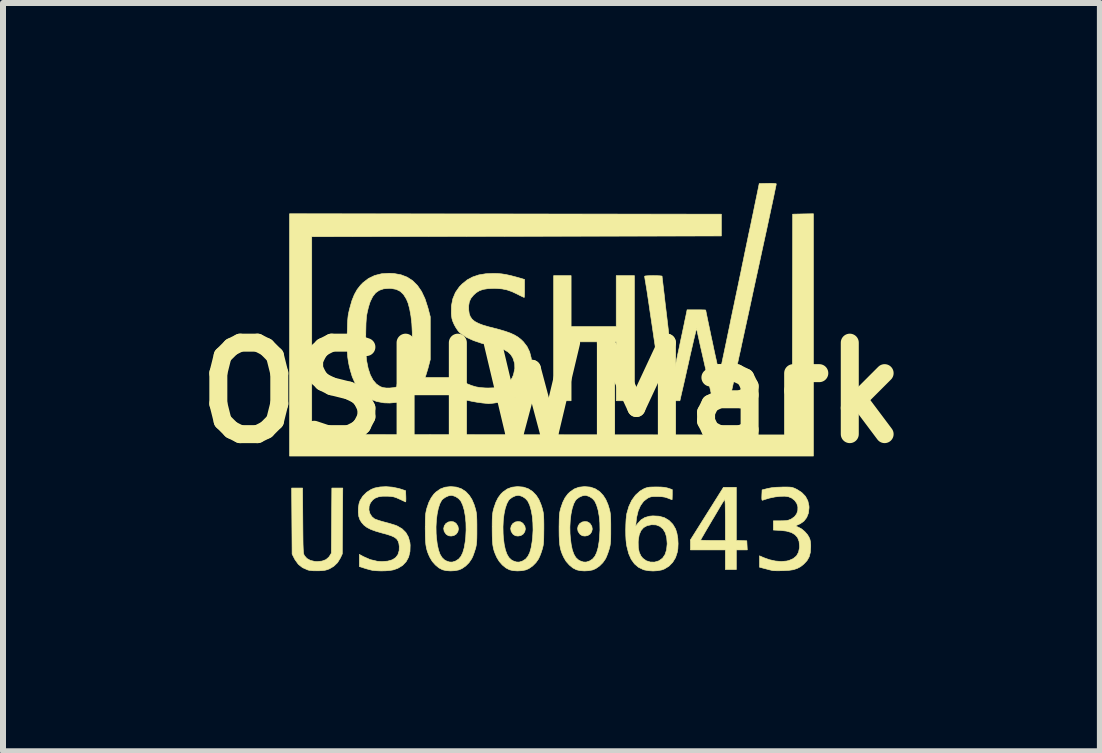
<source format=kicad_pcb>
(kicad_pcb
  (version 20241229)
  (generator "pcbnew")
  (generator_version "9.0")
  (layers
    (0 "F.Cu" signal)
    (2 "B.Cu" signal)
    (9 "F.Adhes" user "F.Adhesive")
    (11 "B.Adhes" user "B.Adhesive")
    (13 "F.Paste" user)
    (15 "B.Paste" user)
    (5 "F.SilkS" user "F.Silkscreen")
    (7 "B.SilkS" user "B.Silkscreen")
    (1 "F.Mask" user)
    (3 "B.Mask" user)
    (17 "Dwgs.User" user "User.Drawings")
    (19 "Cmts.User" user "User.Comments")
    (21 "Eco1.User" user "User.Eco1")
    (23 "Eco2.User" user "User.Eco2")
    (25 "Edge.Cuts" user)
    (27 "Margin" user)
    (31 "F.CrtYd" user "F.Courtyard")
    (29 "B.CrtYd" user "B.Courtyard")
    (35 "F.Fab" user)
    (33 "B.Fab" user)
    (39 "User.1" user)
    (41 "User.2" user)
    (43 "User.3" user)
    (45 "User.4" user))
  (footprint "OSHWMark"
    (layer "F.Cu")
    (at 6.14 3.495)
    (property "Reference" "OSHWMark" (at 0 0 0) (layer "F.SilkS") (effects (font (size 1.524 1.524) (thickness 0.3))))
    (attr through_hole)
    (fp_poly (pts (xy 0.327 -1.103) (xy 1.079 -1.103) (xy 1.079 -1.952) (xy 1.382 -1.952) (xy 1.382 0.133) (xy 1.079 0.133) (xy 1.079 -0.849) (xy 0.327 -0.849) (xy 0.327 0.133) (xy 0.036 0.133) (xy 0.036 -1.952) (xy 0.327 -1.952) (xy 0.327 -1.103)) (stroke (width 0.01) (type solid)) (fill yes) (layer "F.SilkS"))
    (fp_poly (pts (xy 4.365 1.055) (xy -4.365 1.055) (xy -4.365 -2.983) (xy 2.831 -2.976) (xy 2.831 -2.613) (xy -0.582 -2.607) (xy -3.995 -2.601) (xy -3.995 0.697) (xy 0.009 0.7) (xy 4.013 0.703) (xy 4.016 -1.137) (xy 4.019 -2.976) (xy 4.192 -2.98) (xy 4.365 -2.983) (xy 4.365 1.055)) (stroke (width 0.01) (type solid)) (fill yes) (layer "F.SilkS"))
    (fp_poly (pts (xy -1.632 2.151) (xy -1.599 2.17) (xy -1.587 2.181) (xy -1.559 2.225) (xy -1.55 2.271) (xy -1.56 2.316) (xy -1.586 2.354) (xy -1.627 2.38) (xy -1.673 2.388) (xy -1.714 2.383) (xy -1.747 2.364) (xy -1.759 2.353) (xy -1.788 2.31) (xy -1.796 2.263) (xy -1.786 2.218) (xy -1.76 2.18) (xy -1.72 2.154) (xy -1.673 2.146) (xy -1.632 2.151)) (stroke (width 0.01) (type solid)) (fill yes) (layer "F.SilkS"))
    (fp_poly (pts (xy -0.516 2.151) (xy -0.484 2.17) (xy -0.472 2.181) (xy -0.443 2.225) (xy -0.435 2.271) (xy -0.445 2.316) (xy -0.471 2.354) (xy -0.511 2.38) (xy -0.558 2.388) (xy -0.599 2.383) (xy -0.632 2.364) (xy -0.644 2.353) (xy -0.672 2.31) (xy -0.68 2.263) (xy -0.67 2.218) (xy -0.644 2.18) (xy -0.604 2.154) (xy -0.558 2.146) (xy -0.516 2.151)) (stroke (width 0.01) (type solid)) (fill yes) (layer "F.SilkS"))
    (fp_poly (pts (xy 0.599 2.151) (xy 0.632 2.17) (xy 0.644 2.181) (xy 0.672 2.225) (xy 0.68 2.271) (xy 0.67 2.316) (xy 0.644 2.354) (xy 0.604 2.38) (xy 0.558 2.388) (xy 0.516 2.383) (xy 0.484 2.364) (xy 0.472 2.353) (xy 0.443 2.31) (xy 0.435 2.263) (xy 0.445 2.218) (xy 0.471 2.18) (xy 0.511 2.154) (xy 0.558 2.146) (xy 0.599 2.151)) (stroke (width 0.01) (type solid)) (fill yes) (layer "F.SilkS"))
    (fp_poly (pts (xy 3.08 2.46) (xy 3.167 2.464) (xy 3.255 2.467) (xy 3.259 2.543) (xy 3.263 2.619) (xy 3.08 2.619) (xy 3.08 2.946) (xy 2.898 2.946) (xy 2.898 2.619) (xy 2.316 2.619) (xy 2.316 2.455) (xy 2.485 2.455) (xy 2.497 2.457) (xy 2.529 2.459) (xy 2.577 2.46) (xy 2.637 2.461) (xy 2.692 2.461) (xy 2.898 2.461) (xy 2.898 2.113) (xy 2.897 2.013) (xy 2.896 1.928) (xy 2.895 1.86) (xy 2.892 1.811) (xy 2.889 1.783) (xy 2.887 1.777) (xy 2.878 1.79) (xy 2.859 1.82) (xy 2.831 1.865) (xy 2.797 1.922) (xy 2.759 1.987) (xy 2.717 2.058) (xy 2.673 2.131) (xy 2.631 2.203) (xy 2.59 2.272) (xy 2.554 2.334) (xy 2.524 2.386) (xy 2.501 2.425) (xy 2.488 2.449) (xy 2.485 2.455) (xy 2.316 2.455) (xy 2.316 2.452) (xy 2.866 1.576) (xy 3.08 1.576) (xy 3.08 2.46)) (stroke (width 0.01) (type solid)) (fill yes) (layer "F.SilkS"))
    (fp_poly (pts (xy -4.144 2.131) (xy -4.143 2.26) (xy -4.142 2.367) (xy -4.141 2.455) (xy -4.14 2.525) (xy -4.138 2.579) (xy -4.136 2.621) (xy -4.134 2.652) (xy -4.131 2.675) (xy -4.127 2.692) (xy -4.122 2.704) (xy -4.116 2.715) (xy -4.116 2.716) (xy -4.075 2.762) (xy -4.017 2.794) (xy -3.944 2.811) (xy -3.904 2.813) (xy -3.823 2.805) (xy -3.759 2.781) (xy -3.711 2.74) (xy -3.697 2.72) (xy -3.668 2.673) (xy -3.664 2.131) (xy -3.66 1.588) (xy -3.478 1.588) (xy -3.482 2.137) (xy -3.486 2.685) (xy -3.517 2.752) (xy -3.565 2.831) (xy -3.629 2.892) (xy -3.698 2.933) (xy -3.736 2.948) (xy -3.774 2.958) (xy -3.819 2.964) (xy -3.881 2.967) (xy -3.886 2.967) (xy -3.972 2.966) (xy -4.038 2.959) (xy -4.063 2.952) (xy -4.149 2.914) (xy -4.218 2.859) (xy -4.271 2.786) (xy -4.28 2.771) (xy -4.322 2.688) (xy -4.33 1.588) (xy -4.148 1.588) (xy -4.144 2.131)) (stroke (width 0.01) (type solid)) (fill yes) (layer "F.SilkS"))
    (fp_poly (pts (xy -2.653 1.573) (xy -2.551 1.594) (xy -2.522 1.602) (xy -2.431 1.632) (xy -2.427 1.725) (xy -2.426 1.769) (xy -2.427 1.802) (xy -2.429 1.818) (xy -2.429 1.819) (xy -2.442 1.814) (xy -2.471 1.801) (xy -2.511 1.782) (xy -2.529 1.774) (xy -2.583 1.75) (xy -2.628 1.735) (xy -2.675 1.728) (xy -2.727 1.724) (xy -2.813 1.724) (xy -2.881 1.734) (xy -2.936 1.755) (xy -2.976 1.783) (xy -3.017 1.834) (xy -3.039 1.892) (xy -3.042 1.954) (xy -3.026 2.013) (xy -2.993 2.065) (xy -2.95 2.101) (xy -2.923 2.112) (xy -2.88 2.127) (xy -2.825 2.144) (xy -2.769 2.159) (xy -2.708 2.175) (xy -2.649 2.193) (xy -2.601 2.208) (xy -2.573 2.219) (xy -2.49 2.267) (xy -2.427 2.329) (xy -2.384 2.405) (xy -2.359 2.496) (xy -2.355 2.54) (xy -2.358 2.645) (xy -2.38 2.737) (xy -2.422 2.815) (xy -2.482 2.878) (xy -2.562 2.926) (xy -2.637 2.952) (xy -2.692 2.961) (xy -2.762 2.967) (xy -2.839 2.969) (xy -2.915 2.966) (xy -2.98 2.96) (xy -2.994 2.957) (xy -3.035 2.947) (xy -3.086 2.933) (xy -3.124 2.921) (xy -3.201 2.896) (xy -3.201 2.694) (xy -3.137 2.729) (xy -3.022 2.78) (xy -2.904 2.808) (xy -2.825 2.813) (xy -2.73 2.806) (xy -2.653 2.784) (xy -2.596 2.747) (xy -2.558 2.696) (xy -2.538 2.63) (xy -2.536 2.562) (xy -2.543 2.51) (xy -2.557 2.469) (xy -2.581 2.435) (xy -2.618 2.407) (xy -2.671 2.383) (xy -2.743 2.359) (xy -2.822 2.338) (xy -2.926 2.308) (xy -3.009 2.278) (xy -3.075 2.244) (xy -3.126 2.205) (xy -3.166 2.159) (xy -3.192 2.116) (xy -3.211 2.062) (xy -3.219 1.994) (xy -3.218 1.92) (xy -3.207 1.849) (xy -3.19 1.797) (xy -3.144 1.723) (xy -3.08 1.659) (xy -3.003 1.61) (xy -2.944 1.587) (xy -2.857 1.57) (xy -2.757 1.565) (xy -2.653 1.573)) (stroke (width 0.01) (type solid)) (fill yes) (layer "F.SilkS"))
    (fp_poly (pts (xy 3.961 1.572) (xy 3.996 1.575) (xy 4.024 1.582) (xy 4.051 1.592) (xy 4.084 1.608) (xy 4.089 1.61) (xy 4.17 1.662) (xy 4.232 1.726) (xy 4.272 1.801) (xy 4.291 1.887) (xy 4.292 1.919) (xy 4.282 2.005) (xy 4.253 2.079) (xy 4.207 2.139) (xy 4.145 2.183) (xy 4.128 2.19) (xy 4.097 2.204) (xy 4.077 2.216) (xy 4.074 2.219) (xy 4.084 2.227) (xy 4.109 2.239) (xy 4.118 2.242) (xy 4.169 2.27) (xy 4.22 2.313) (xy 4.266 2.365) (xy 4.293 2.41) (xy 4.308 2.447) (xy 4.316 2.487) (xy 4.32 2.538) (xy 4.32 2.57) (xy 4.314 2.66) (xy 4.294 2.735) (xy 4.258 2.798) (xy 4.205 2.855) (xy 4.151 2.898) (xy 4.094 2.928) (xy 4.03 2.949) (xy 3.953 2.96) (xy 3.862 2.965) (xy 3.802 2.966) (xy 3.748 2.966) (xy 3.707 2.965) (xy 3.686 2.963) (xy 3.66 2.957) (xy 3.618 2.947) (xy 3.57 2.934) (xy 3.561 2.932) (xy 3.467 2.907) (xy 3.467 2.717) (xy 3.537 2.748) (xy 3.632 2.782) (xy 3.731 2.804) (xy 3.828 2.812) (xy 3.915 2.805) (xy 3.956 2.796) (xy 4.029 2.764) (xy 4.083 2.719) (xy 4.117 2.659) (xy 4.133 2.584) (xy 4.134 2.555) (xy 4.126 2.476) (xy 4.101 2.413) (xy 4.057 2.364) (xy 3.995 2.328) (xy 3.913 2.305) (xy 3.816 2.294) (xy 3.698 2.288) (xy 3.698 2.134) (xy 3.817 2.134) (xy 3.876 2.133) (xy 3.919 2.13) (xy 3.952 2.122) (xy 3.983 2.11) (xy 3.996 2.104) (xy 4.051 2.065) (xy 4.087 2.016) (xy 4.105 1.96) (xy 4.106 1.902) (xy 4.089 1.846) (xy 4.055 1.796) (xy 4.005 1.756) (xy 3.95 1.733) (xy 3.889 1.724) (xy 3.812 1.726) (xy 3.725 1.736) (xy 3.634 1.755) (xy 3.546 1.781) (xy 3.52 1.791) (xy 3.511 1.79) (xy 3.506 1.777) (xy 3.505 1.748) (xy 3.506 1.708) (xy 3.51 1.619) (xy 3.601 1.596) (xy 3.667 1.583) (xy 3.746 1.575) (xy 3.842 1.572) (xy 3.85 1.571) (xy 3.915 1.571) (xy 3.961 1.572)) (stroke (width 0.01) (type solid)) (fill yes) (layer "F.SilkS"))
    (fp_poly (pts (xy -1.585 1.572) (xy -1.504 1.599) (xy -1.433 1.644) (xy -1.422 1.654) (xy -1.369 1.711) (xy -1.326 1.778) (xy -1.29 1.861) (xy -1.271 1.922) (xy -1.261 1.958) (xy -1.254 1.991) (xy -1.249 2.027) (xy -1.246 2.069) (xy -1.244 2.123) (xy -1.243 2.193) (xy -1.243 2.267) (xy -1.243 2.354) (xy -1.244 2.421) (xy -1.246 2.473) (xy -1.25 2.514) (xy -1.255 2.549) (xy -1.262 2.582) (xy -1.271 2.612) (xy -1.289 2.667) (xy -1.309 2.722) (xy -1.329 2.765) (xy -1.331 2.768) (xy -1.374 2.831) (xy -1.43 2.887) (xy -1.492 2.93) (xy -1.543 2.952) (xy -1.609 2.965) (xy -1.683 2.969) (xy -1.755 2.964) (xy -1.815 2.95) (xy -1.815 2.95) (xy -1.875 2.919) (xy -1.934 2.87) (xy -1.987 2.81) (xy -2.024 2.748) (xy -2.05 2.693) (xy -2.069 2.642) (xy -2.083 2.591) (xy -2.093 2.534) (xy -2.099 2.468) (xy -2.102 2.387) (xy -2.103 2.288) (xy -2.104 2.267) (xy -2.103 2.234) (xy -1.924 2.234) (xy -1.922 2.347) (xy -1.917 2.412) (xy -1.903 2.526) (xy -1.883 2.618) (xy -1.858 2.69) (xy -1.825 2.745) (xy -1.785 2.784) (xy -1.753 2.802) (xy -1.701 2.82) (xy -1.654 2.822) (xy -1.603 2.806) (xy -1.592 2.801) (xy -1.546 2.771) (xy -1.508 2.726) (xy -1.478 2.664) (xy -1.454 2.582) (xy -1.437 2.48) (xy -1.429 2.41) (xy -1.423 2.288) (xy -1.425 2.168) (xy -1.436 2.056) (xy -1.454 1.955) (xy -1.48 1.869) (xy -1.511 1.804) (xy -1.548 1.763) (xy -1.598 1.73) (xy -1.651 1.712) (xy -1.673 1.71) (xy -1.719 1.719) (xy -1.769 1.742) (xy -1.813 1.774) (xy -1.831 1.794) (xy -1.861 1.851) (xy -1.886 1.928) (xy -1.905 2.02) (xy -1.918 2.124) (xy -1.924 2.234) (xy -2.103 2.234) (xy -2.103 2.18) (xy -2.102 2.113) (xy -2.1 2.062) (xy -2.097 2.021) (xy -2.091 1.986) (xy -2.084 1.952) (xy -2.076 1.922) (xy -2.043 1.826) (xy -2.004 1.75) (xy -1.958 1.687) (xy -1.925 1.655) (xy -1.853 1.604) (xy -1.774 1.574) (xy -1.682 1.564) (xy -1.679 1.564) (xy -1.585 1.572)) (stroke (width 0.01) (type solid)) (fill yes) (layer "F.SilkS"))
    (fp_poly (pts (xy -0.469 1.572) (xy -0.388 1.599) (xy -0.318 1.644) (xy -0.307 1.654) (xy -0.253 1.711) (xy -0.21 1.778) (xy -0.175 1.861) (xy -0.155 1.922) (xy -0.146 1.958) (xy -0.138 1.991) (xy -0.133 2.027) (xy -0.13 2.069) (xy -0.128 2.123) (xy -0.127 2.193) (xy -0.127 2.267) (xy -0.128 2.354) (xy -0.129 2.421) (xy -0.131 2.473) (xy -0.134 2.514) (xy -0.139 2.549) (xy -0.147 2.582) (xy -0.155 2.612) (xy -0.173 2.667) (xy -0.194 2.722) (xy -0.214 2.765) (xy -0.215 2.768) (xy -0.259 2.831) (xy -0.315 2.887) (xy -0.377 2.93) (xy -0.428 2.952) (xy -0.493 2.965) (xy -0.567 2.969) (xy -0.64 2.964) (xy -0.7 2.95) (xy -0.7 2.95) (xy -0.759 2.919) (xy -0.819 2.87) (xy -0.871 2.81) (xy -0.909 2.748) (xy -0.934 2.693) (xy -0.954 2.642) (xy -0.968 2.591) (xy -0.978 2.534) (xy -0.984 2.468) (xy -0.987 2.387) (xy -0.988 2.288) (xy -0.988 2.267) (xy -0.988 2.234) (xy -0.808 2.234) (xy -0.806 2.347) (xy -0.802 2.412) (xy -0.788 2.526) (xy -0.768 2.618) (xy -0.742 2.69) (xy -0.71 2.745) (xy -0.67 2.784) (xy -0.638 2.802) (xy -0.585 2.82) (xy -0.539 2.822) (xy -0.487 2.806) (xy -0.477 2.801) (xy -0.43 2.771) (xy -0.393 2.726) (xy -0.362 2.664) (xy -0.339 2.582) (xy -0.322 2.48) (xy -0.314 2.41) (xy -0.307 2.288) (xy -0.31 2.168) (xy -0.32 2.056) (xy -0.339 1.955) (xy -0.364 1.869) (xy -0.396 1.804) (xy -0.433 1.763) (xy -0.482 1.73) (xy -0.535 1.712) (xy -0.558 1.71) (xy -0.604 1.719) (xy -0.654 1.742) (xy -0.697 1.774) (xy -0.715 1.794) (xy -0.745 1.851) (xy -0.771 1.928) (xy -0.79 2.02) (xy -0.803 2.124) (xy -0.808 2.234) (xy -0.988 2.234) (xy -0.988 2.18) (xy -0.987 2.113) (xy -0.985 2.062) (xy -0.981 2.021) (xy -0.976 1.986) (xy -0.968 1.952) (xy -0.96 1.922) (xy -0.927 1.826) (xy -0.889 1.75) (xy -0.842 1.687) (xy -0.81 1.655) (xy -0.738 1.604) (xy -0.658 1.574) (xy -0.567 1.564) (xy -0.564 1.564) (xy -0.469 1.572)) (stroke (width 0.01) (type solid)) (fill yes) (layer "F.SilkS"))
    (fp_poly (pts (xy 0.646 1.572) (xy 0.727 1.599) (xy 0.797 1.644) (xy 0.809 1.654) (xy 0.862 1.711) (xy 0.905 1.778) (xy 0.941 1.861) (xy 0.96 1.922) (xy 0.97 1.958) (xy 0.977 1.991) (xy 0.982 2.027) (xy 0.985 2.069) (xy 0.987 2.123) (xy 0.988 2.193) (xy 0.988 2.267) (xy 0.988 2.354) (xy 0.987 2.421) (xy 0.985 2.473) (xy 0.981 2.514) (xy 0.976 2.549) (xy 0.968 2.582) (xy 0.96 2.612) (xy 0.942 2.667) (xy 0.921 2.722) (xy 0.902 2.765) (xy 0.9 2.768) (xy 0.856 2.831) (xy 0.8 2.887) (xy 0.738 2.93) (xy 0.688 2.952) (xy 0.622 2.965) (xy 0.548 2.969) (xy 0.476 2.964) (xy 0.416 2.95) (xy 0.416 2.95) (xy 0.356 2.919) (xy 0.297 2.87) (xy 0.244 2.81) (xy 0.207 2.748) (xy 0.181 2.693) (xy 0.162 2.642) (xy 0.148 2.591) (xy 0.138 2.534) (xy 0.132 2.468) (xy 0.128 2.387) (xy 0.127 2.288) (xy 0.127 2.267) (xy 0.127 2.234) (xy 0.307 2.234) (xy 0.309 2.347) (xy 0.314 2.412) (xy 0.328 2.526) (xy 0.347 2.618) (xy 0.373 2.69) (xy 0.405 2.745) (xy 0.446 2.784) (xy 0.478 2.802) (xy 0.53 2.82) (xy 0.577 2.822) (xy 0.628 2.806) (xy 0.639 2.801) (xy 0.685 2.771) (xy 0.723 2.726) (xy 0.753 2.664) (xy 0.777 2.582) (xy 0.794 2.48) (xy 0.801 2.41) (xy 0.808 2.288) (xy 0.806 2.168) (xy 0.795 2.056) (xy 0.777 1.955) (xy 0.751 1.869) (xy 0.72 1.804) (xy 0.683 1.763) (xy 0.633 1.73) (xy 0.58 1.712) (xy 0.558 1.71) (xy 0.511 1.719) (xy 0.461 1.742) (xy 0.418 1.774) (xy 0.4 1.794) (xy 0.37 1.851) (xy 0.345 1.928) (xy 0.326 2.02) (xy 0.313 2.124) (xy 0.307 2.234) (xy 0.127 2.234) (xy 0.128 2.18) (xy 0.129 2.113) (xy 0.131 2.062) (xy 0.134 2.021) (xy 0.139 1.986) (xy 0.147 1.952) (xy 0.155 1.922) (xy 0.188 1.826) (xy 0.226 1.75) (xy 0.273 1.687) (xy 0.306 1.655) (xy 0.378 1.604) (xy 0.457 1.574) (xy 0.549 1.564) (xy 0.552 1.564) (xy 0.646 1.572)) (stroke (width 0.01) (type solid)) (fill yes) (layer "F.SilkS"))
    (fp_poly (pts (xy 1.821 1.571) (xy 1.879 1.576) (xy 1.925 1.585) (xy 1.949 1.592) (xy 2.013 1.614) (xy 2.013 1.698) (xy 2.012 1.74) (xy 2.011 1.77) (xy 2.01 1.782) (xy 2.01 1.782) (xy 1.998 1.778) (xy 1.97 1.768) (xy 1.94 1.756) (xy 1.892 1.74) (xy 1.839 1.732) (xy 1.773 1.729) (xy 1.764 1.729) (xy 1.708 1.729) (xy 1.669 1.732) (xy 1.639 1.74) (xy 1.61 1.753) (xy 1.601 1.758) (xy 1.536 1.808) (xy 1.484 1.879) (xy 1.445 1.968) (xy 1.419 2.076) (xy 1.412 2.135) (xy 1.403 2.225) (xy 1.441 2.174) (xy 1.494 2.117) (xy 1.557 2.079) (xy 1.634 2.057) (xy 1.69 2.052) (xy 1.792 2.057) (xy 1.882 2.082) (xy 1.959 2.128) (xy 2.022 2.192) (xy 2.068 2.27) (xy 2.09 2.34) (xy 2.105 2.424) (xy 2.11 2.514) (xy 2.106 2.602) (xy 2.097 2.656) (xy 2.067 2.748) (xy 2.019 2.827) (xy 1.956 2.891) (xy 1.88 2.937) (xy 1.84 2.952) (xy 1.772 2.965) (xy 1.693 2.97) (xy 1.614 2.965) (xy 1.545 2.952) (xy 1.532 2.948) (xy 1.451 2.909) (xy 1.384 2.852) (xy 1.329 2.776) (xy 1.287 2.681) (xy 1.257 2.564) (xy 1.249 2.522) (xy 1.246 2.488) (xy 1.445 2.488) (xy 1.447 2.583) (xy 1.463 2.661) (xy 1.493 2.723) (xy 1.523 2.759) (xy 1.58 2.8) (xy 1.647 2.821) (xy 1.719 2.822) (xy 1.789 2.801) (xy 1.795 2.798) (xy 1.852 2.756) (xy 1.893 2.695) (xy 1.918 2.617) (xy 1.928 2.52) (xy 1.928 2.51) (xy 1.92 2.413) (xy 1.897 2.333) (xy 1.859 2.271) (xy 1.808 2.227) (xy 1.744 2.202) (xy 1.669 2.199) (xy 1.595 2.214) (xy 1.535 2.247) (xy 1.491 2.298) (xy 1.462 2.367) (xy 1.447 2.456) (xy 1.445 2.488) (xy 1.246 2.488) (xy 1.242 2.456) (xy 1.238 2.376) (xy 1.237 2.287) (xy 1.239 2.197) (xy 1.243 2.114) (xy 1.251 2.043) (xy 1.255 2.015) (xy 1.289 1.897) (xy 1.337 1.794) (xy 1.399 1.708) (xy 1.473 1.64) (xy 1.537 1.602) (xy 1.57 1.588) (xy 1.6 1.579) (xy 1.634 1.573) (xy 1.678 1.571) (xy 1.738 1.57) (xy 1.746 1.57) (xy 1.821 1.571)) (stroke (width 0.01) (type solid)) (fill yes) (layer "F.SilkS"))
    (fp_poly (pts (xy -2.625 -1.987) (xy -2.508 -1.966) (xy -2.404 -1.926) (xy -2.313 -1.867) (xy -2.233 -1.787) (xy -2.165 -1.688) (xy -2.108 -1.567) (xy -2.062 -1.425) (xy -2.058 -1.412) (xy -2.02 -1.267) (xy -2.02 -0.552) (xy -2.058 -0.406) (xy -2.095 -0.285) (xy -2.136 -0.183) (xy -2.183 -0.098) (xy -2.239 -0.025) (xy -2.306 0.041) (xy -2.332 0.062) (xy -2.403 0.106) (xy -2.492 0.14) (xy -2.592 0.162) (xy -2.697 0.171) (xy -2.792 0.168) (xy -2.914 0.145) (xy -3.022 0.103) (xy -3.117 0.04) (xy -3.198 -0.042) (xy -3.266 -0.144) (xy -3.32 -0.267) (xy -3.352 -0.373) (xy -3.371 -0.449) (xy -3.385 -0.521) (xy -3.395 -0.591) (xy -3.401 -0.666) (xy -3.405 -0.749) (xy -3.406 -0.846) (xy -3.405 -0.879) (xy -3.095 -0.879) (xy -3.094 -0.782) (xy -3.092 -0.692) (xy -3.088 -0.614) (xy -3.083 -0.553) (xy -3.081 -0.536) (xy -3.055 -0.406) (xy -3.019 -0.297) (xy -2.973 -0.21) (xy -2.917 -0.145) (xy -2.851 -0.101) (xy -2.807 -0.086) (xy -2.755 -0.079) (xy -2.693 -0.079) (xy -2.63 -0.085) (xy -2.578 -0.097) (xy -2.568 -0.101) (xy -2.508 -0.137) (xy -2.457 -0.191) (xy -2.414 -0.265) (xy -2.38 -0.359) (xy -2.353 -0.475) (xy -2.334 -0.611) (xy -2.326 -0.706) (xy -2.319 -0.86) (xy -2.32 -1.009) (xy -2.327 -1.15) (xy -2.342 -1.28) (xy -2.363 -1.395) (xy -2.389 -1.493) (xy -2.418 -1.562) (xy -2.465 -1.637) (xy -2.52 -1.69) (xy -2.587 -1.723) (xy -2.669 -1.738) (xy -2.71 -1.739) (xy -2.797 -1.732) (xy -2.87 -1.707) (xy -2.93 -1.665) (xy -2.979 -1.603) (xy -3.02 -1.52) (xy -3.032 -1.485) (xy -3.051 -1.422) (xy -3.068 -1.35) (xy -3.081 -1.285) (xy -3.081 -1.284) (xy -3.086 -1.231) (xy -3.091 -1.158) (xy -3.093 -1.072) (xy -3.095 -0.977) (xy -3.095 -0.879) (xy -3.405 -0.879) (xy -3.404 -0.962) (xy -3.404 -0.981) (xy -3.401 -1.074) (xy -3.399 -1.147) (xy -3.396 -1.205) (xy -3.392 -1.252) (xy -3.387 -1.294) (xy -3.379 -1.335) (xy -3.369 -1.379) (xy -3.359 -1.417) (xy -3.325 -1.537) (xy -3.285 -1.636) (xy -3.238 -1.72) (xy -3.181 -1.793) (xy -3.142 -1.833) (xy -3.05 -1.904) (xy -2.947 -1.954) (xy -2.832 -1.983) (xy -2.704 -1.991) (xy -2.625 -1.987)) (stroke (width 0.01) (type solid)) (fill yes) (layer "F.SilkS"))
    (fp_poly (pts (xy -0.901 -1.987) (xy -0.83 -1.981) (xy -0.759 -1.97) (xy -0.681 -1.953) (xy -0.59 -1.929) (xy -0.536 -1.914) (xy -0.449 -1.888) (xy -0.449 -1.738) (xy -0.449 -1.681) (xy -0.45 -1.634) (xy -0.452 -1.602) (xy -0.454 -1.588) (xy -0.455 -1.588) (xy -0.467 -1.593) (xy -0.497 -1.607) (xy -0.538 -1.627) (xy -0.567 -1.642) (xy -0.658 -1.685) (xy -0.741 -1.714) (xy -0.823 -1.731) (xy -0.914 -1.738) (xy -0.964 -1.739) (xy -1.059 -1.735) (xy -1.136 -1.723) (xy -1.2 -1.701) (xy -1.255 -1.667) (xy -1.299 -1.627) (xy -1.343 -1.573) (xy -1.369 -1.516) (xy -1.38 -1.449) (xy -1.379 -1.379) (xy -1.371 -1.319) (xy -1.353 -1.269) (xy -1.323 -1.226) (xy -1.28 -1.189) (xy -1.22 -1.157) (xy -1.142 -1.127) (xy -1.043 -1.098) (xy -0.989 -1.085) (xy -0.868 -1.053) (xy -0.767 -1.023) (xy -0.683 -0.993) (xy -0.614 -0.961) (xy -0.556 -0.926) (xy -0.506 -0.886) (xy -0.468 -0.849) (xy -0.407 -0.77) (xy -0.364 -0.681) (xy -0.338 -0.58) (xy -0.328 -0.462) (xy -0.328 -0.438) (xy -0.337 -0.309) (xy -0.366 -0.195) (xy -0.414 -0.095) (xy -0.48 -0.011) (xy -0.565 0.057) (xy -0.667 0.108) (xy -0.74 0.132) (xy -0.783 0.143) (xy -0.838 0.153) (xy -0.899 0.163) (xy -0.958 0.172) (xy -1.01 0.178) (xy -1.047 0.181) (xy -1.061 0.18) (xy -1.078 0.178) (xy -1.113 0.174) (xy -1.157 0.17) (xy -1.16 0.169) (xy -1.241 0.158) (xy -1.329 0.142) (xy -1.417 0.123) (xy -1.497 0.101) (xy -1.561 0.08) (xy -1.572 0.076) (xy -1.649 0.044) (xy -1.649 -0.103) (xy -1.648 -0.16) (xy -1.647 -0.208) (xy -1.645 -0.242) (xy -1.643 -0.257) (xy -1.643 -0.257) (xy -1.63 -0.254) (xy -1.6 -0.242) (xy -1.557 -0.222) (xy -1.505 -0.197) (xy -1.494 -0.192) (xy -1.404 -0.149) (xy -1.328 -0.119) (xy -1.257 -0.098) (xy -1.185 -0.086) (xy -1.105 -0.08) (xy -1.055 -0.079) (xy -0.96 -0.082) (xy -0.883 -0.092) (xy -0.819 -0.111) (xy -0.764 -0.14) (xy -0.715 -0.179) (xy -0.68 -0.213) (xy -0.656 -0.247) (xy -0.638 -0.288) (xy -0.629 -0.318) (xy -0.611 -0.404) (xy -0.613 -0.483) (xy -0.636 -0.561) (xy -0.648 -0.589) (xy -0.682 -0.64) (xy -0.729 -0.683) (xy -0.793 -0.72) (xy -0.876 -0.752) (xy -0.98 -0.78) (xy -1.012 -0.787) (xy -1.166 -0.825) (xy -1.298 -0.87) (xy -1.41 -0.92) (xy -1.498 -0.977) (xy -1.538 -1.01) (xy -1.563 -1.041) (xy -1.592 -1.084) (xy -1.619 -1.132) (xy -1.62 -1.134) (xy -1.643 -1.186) (xy -1.658 -1.233) (xy -1.666 -1.286) (xy -1.669 -1.322) (xy -1.667 -1.449) (xy -1.644 -1.566) (xy -1.6 -1.672) (xy -1.534 -1.766) (xy -1.488 -1.813) (xy -1.404 -1.881) (xy -1.312 -1.93) (xy -1.211 -1.964) (xy -1.096 -1.983) (xy -0.976 -1.988) (xy -0.901 -1.987)) (stroke (width 0.01) (type solid)) (fill yes) (layer "F.SilkS"))
    (fp_poly (pts (xy 3.71 -3.488) (xy 3.739 -3.485) (xy 3.746 -3.481) (xy 3.744 -3.465) (xy 3.736 -3.427) (xy 3.723 -3.365) (xy 3.706 -3.282) (xy 3.684 -3.178) (xy 3.657 -3.053) (xy 3.626 -2.908) (xy 3.591 -2.744) (xy 3.551 -2.561) (xy 3.507 -2.359) (xy 3.46 -2.14) (xy 3.431 -2.007) (xy 3.411 -1.917) (xy 3.39 -1.82) (xy 3.369 -1.723) (xy 3.35 -1.635) (xy 3.34 -1.588) (xy 3.291 -1.36) (xy 3.246 -1.155) (xy 3.206 -0.971) (xy 3.17 -0.806) (xy 3.151 -0.715) (xy 3.131 -0.627) (xy 3.11 -0.529) (xy 3.089 -0.432) (xy 3.07 -0.345) (xy 3.061 -0.303) (xy 3.044 -0.226) (xy 3.027 -0.145) (xy 3.01 -0.068) (xy 2.996 -0.005) (xy 2.993 0.009) (xy 2.966 0.133) (xy 2.83 0.133) (xy 2.77 0.133) (xy 2.73 0.131) (xy 2.705 0.128) (xy 2.692 0.122) (xy 2.687 0.112) (xy 2.687 0.112) (xy 2.682 0.094) (xy 2.673 0.056) (xy 2.66 0.003) (xy 2.645 -0.061) (xy 2.63 -0.127) (xy 2.61 -0.215) (xy 2.588 -0.313) (xy 2.566 -0.41) (xy 2.546 -0.497) (xy 2.538 -0.533) (xy 2.519 -0.617) (xy 2.497 -0.712) (xy 2.476 -0.805) (xy 2.458 -0.888) (xy 2.456 -0.897) (xy 2.417 -1.072) (xy 2.385 -0.939) (xy 2.369 -0.874) (xy 2.351 -0.795) (xy 2.332 -0.713) (xy 2.314 -0.637) (xy 2.287 -0.513) (xy 2.255 -0.372) (xy 2.219 -0.211) (xy 2.177 -0.029) (xy 2.168 0.009) (xy 2.14 0.133) (xy 2.004 0.133) (xy 1.945 0.133) (xy 1.905 0.131) (xy 1.88 0.128) (xy 1.868 0.121) (xy 1.862 0.112) (xy 1.859 0.095) (xy 1.852 0.057) (xy 1.843 0.002) (xy 1.833 -0.068) (xy 1.82 -0.148) (xy 1.807 -0.236) (xy 1.806 -0.249) (xy 1.79 -0.356) (xy 1.772 -0.474) (xy 1.755 -0.595) (xy 1.737 -0.711) (xy 1.722 -0.815) (xy 1.714 -0.867) (xy 1.699 -0.969) (xy 1.682 -1.086) (xy 1.664 -1.208) (xy 1.646 -1.326) (xy 1.631 -1.43) (xy 1.631 -1.431) (xy 1.618 -1.519) (xy 1.605 -1.605) (xy 1.593 -1.686) (xy 1.582 -1.755) (xy 1.573 -1.807) (xy 1.571 -1.823) (xy 1.562 -1.872) (xy 1.556 -1.912) (xy 1.552 -1.937) (xy 1.552 -1.941) (xy 1.563 -1.946) (xy 1.594 -1.949) (xy 1.64 -1.951) (xy 1.696 -1.952) (xy 1.697 -1.952) (xy 1.754 -1.951) (xy 1.8 -1.949) (xy 1.831 -1.946) (xy 1.843 -1.943) (xy 1.843 -1.943) (xy 1.844 -1.929) (xy 1.848 -1.894) (xy 1.854 -1.842) (xy 1.862 -1.775) (xy 1.871 -1.698) (xy 1.88 -1.625) (xy 1.891 -1.524) (xy 1.905 -1.407) (xy 1.92 -1.282) (xy 1.935 -1.154) (xy 1.949 -1.034) (xy 1.957 -0.958) (xy 1.973 -0.82) (xy 1.987 -0.704) (xy 1.998 -0.608) (xy 2.008 -0.531) (xy 2.015 -0.47) (xy 2.021 -0.424) (xy 2.026 -0.391) (xy 2.03 -0.368) (xy 2.033 -0.355) (xy 2.034 -0.352) (xy 2.038 -0.357) (xy 2.046 -0.383) (xy 2.057 -0.426) (xy 2.071 -0.483) (xy 2.086 -0.551) (xy 2.087 -0.558) (xy 2.106 -0.649) (xy 2.128 -0.75) (xy 2.149 -0.853) (xy 2.169 -0.947) (xy 2.178 -0.988) (xy 2.194 -1.064) (xy 2.21 -1.14) (xy 2.224 -1.209) (xy 2.236 -1.264) (xy 2.241 -1.288) (xy 2.26 -1.382) (xy 2.415 -1.382) (xy 2.473 -1.382) (xy 2.521 -1.381) (xy 2.555 -1.38) (xy 2.57 -1.378) (xy 2.57 -1.378) (xy 2.573 -1.363) (xy 2.58 -1.328) (xy 2.591 -1.274) (xy 2.605 -1.206) (xy 2.622 -1.125) (xy 2.641 -1.035) (xy 2.661 -0.938) (xy 2.683 -0.838) (xy 2.704 -0.737) (xy 2.725 -0.639) (xy 2.746 -0.545) (xy 2.765 -0.459) (xy 2.768 -0.443) (xy 2.78 -0.389) (xy 2.789 -0.353) (xy 2.796 -0.337) (xy 2.803 -0.342) (xy 2.812 -0.367) (xy 2.822 -0.415) (xy 2.837 -0.485) (xy 2.837 -0.485) (xy 2.874 -0.66) (xy 2.909 -0.826) (xy 2.941 -0.981) (xy 2.97 -1.12) (xy 2.994 -1.24) (xy 3.001 -1.273) (xy 3.017 -1.35) (xy 3.037 -1.443) (xy 3.058 -1.544) (xy 3.079 -1.644) (xy 3.098 -1.734) (xy 3.117 -1.824) (xy 3.137 -1.921) (xy 3.157 -2.015) (xy 3.174 -2.1) (xy 3.188 -2.169) (xy 3.189 -2.17) (xy 3.203 -2.239) (xy 3.22 -2.323) (xy 3.24 -2.418) (xy 3.26 -2.514) (xy 3.279 -2.605) (xy 3.279 -2.607) (xy 3.299 -2.7) (xy 3.321 -2.803) (xy 3.342 -2.905) (xy 3.362 -2.999) (xy 3.377 -3.073) (xy 3.393 -3.151) (xy 3.409 -3.228) (xy 3.424 -3.3) (xy 3.436 -3.358) (xy 3.441 -3.383) (xy 3.462 -3.486) (xy 3.604 -3.489) (xy 3.664 -3.49) (xy 3.71 -3.488)) (stroke (width 0.01) (type solid)) (fill yes) (layer "F.SilkS")))
  (gr_rect
    (start -3 -3)
    (end 15.279 9.469)
    (stroke (width 0.1) (type default))
    (fill no)
    (layer "Edge.Cuts")))
</source>
